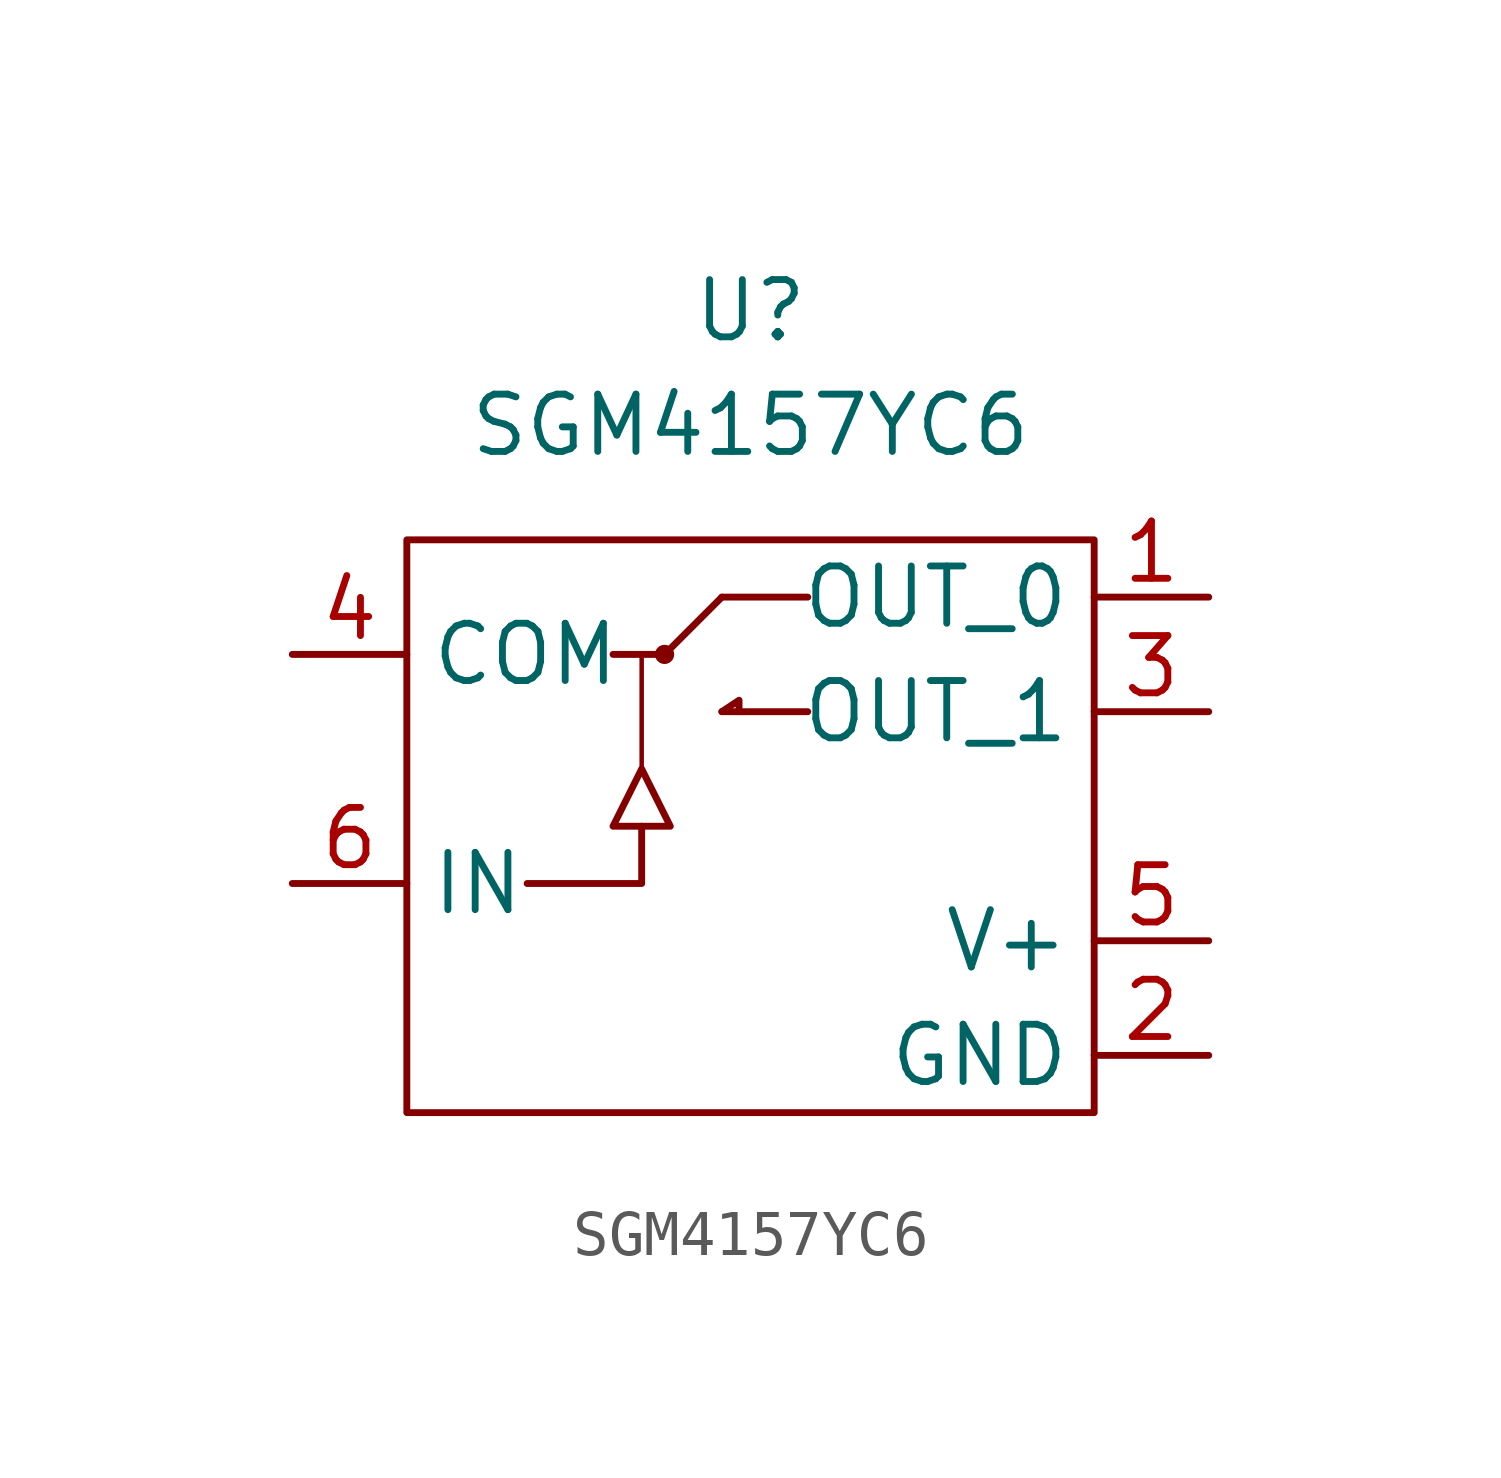
<source format=kicad_sym>
(kicad_symbol_lib
  (version 20211014)
  (generator kicad_symbol_editor)
  (symbol "SGM4157YC6"
    (property "Reference" "U"
      (at 0 11.43 0)
      (effects (font (size 1.27 1.27))))
    (property "Value" "SGM4157YC6"
      (at 0 8.89 0)
      (effects (font (size 1.27 1.27))))
    (symbol "SGM4157YC6_0_1"
      (rectangle (start -7.62 6.35) (end 7.62 -6.35) (stroke (width 0) (type default) (color 0 0 0 0)) (fill (type none)))
      (circle (center -1.905 3.81) (radius 0.137) (stroke (width 0) (type default) (color 0 0 0 0)) (fill (type none)))
      (polyline (pts (xy -2.413 3.81) (xy -2.413 1.27)) (stroke (width 0.1) (type default) (color 0 0 0 0)) (fill (type none)))
      (polyline (pts (xy -0.635 5.08) (xy 1.27 5.08)) (stroke (width 0) (type default) (color 0 0 0 0)) (fill (type none)))
      (polyline (pts (xy 1.27 2.54) (xy -0.635 2.54)) (stroke (width 0) (type default) (color 0 0 0 0)) (fill (type none)))
      (polyline (pts (xy -2.413 0) (xy -2.413 -1.27) (xy -4.953 -1.27)) (stroke (width 0) (type default) (color 0 0 0 0)) (fill (type none)))
      (polyline (pts (xy -0.635 5.08) (xy -1.905 3.81) (xy -3.048 3.81)) (stroke (width 0) (type default) (color 0 0 0 0)) (fill (type none)))
      (polyline (pts (xy -0.254 2.54) (xy -0.254 2.794) (xy -0.635 2.54)) (stroke (width 0) (type default) (color 0 0 0 0)) (fill (type none)))
      (polyline (pts (xy -2.413 1.27) (xy -3.048 0) (xy -1.778 0) (xy -2.413 1.27)) (stroke (width 0) (type default) (color 0 0 0 0)) (fill (type none))))
    (symbol "SGM4157YC6_1_1"
      (pin output line (at 10.16 5.08 180) (length 2.54) (name "OUT_0" (effects (font (size 1.27 1.27)))) (number "1" (effects (font (size 1.27 1.27)))))
      (pin passive line (at 10.16 -5.08 180) (length 2.54) (name "GND" (effects (font (size 1.27 1.27)))) (number "2" (effects (font (size 1.27 1.27)))))
      (pin output line (at 10.16 2.54 180) (length 2.54) (name "OUT_1" (effects (font (size 1.27 1.27)))) (number "3" (effects (font (size 1.27 1.27)))))
      (pin input line (at -10.16 3.81 0) (length 2.54) (name "COM" (effects (font (size 1.27 1.27)))) (number "4" (effects (font (size 1.27 1.27)))))
      (pin passive line (at 10.16 -2.54 180) (length 2.54) (name "V+" (effects (font (size 1.27 1.27)))) (number "5" (effects (font (size 1.27 1.27)))))
      (pin input line (at -10.16 -1.27 0) (length 2.54) (name "IN" (effects (font (size 1.27 1.27)))) (number "6" (effects (font (size 1.27 1.27))))))))
</source>
